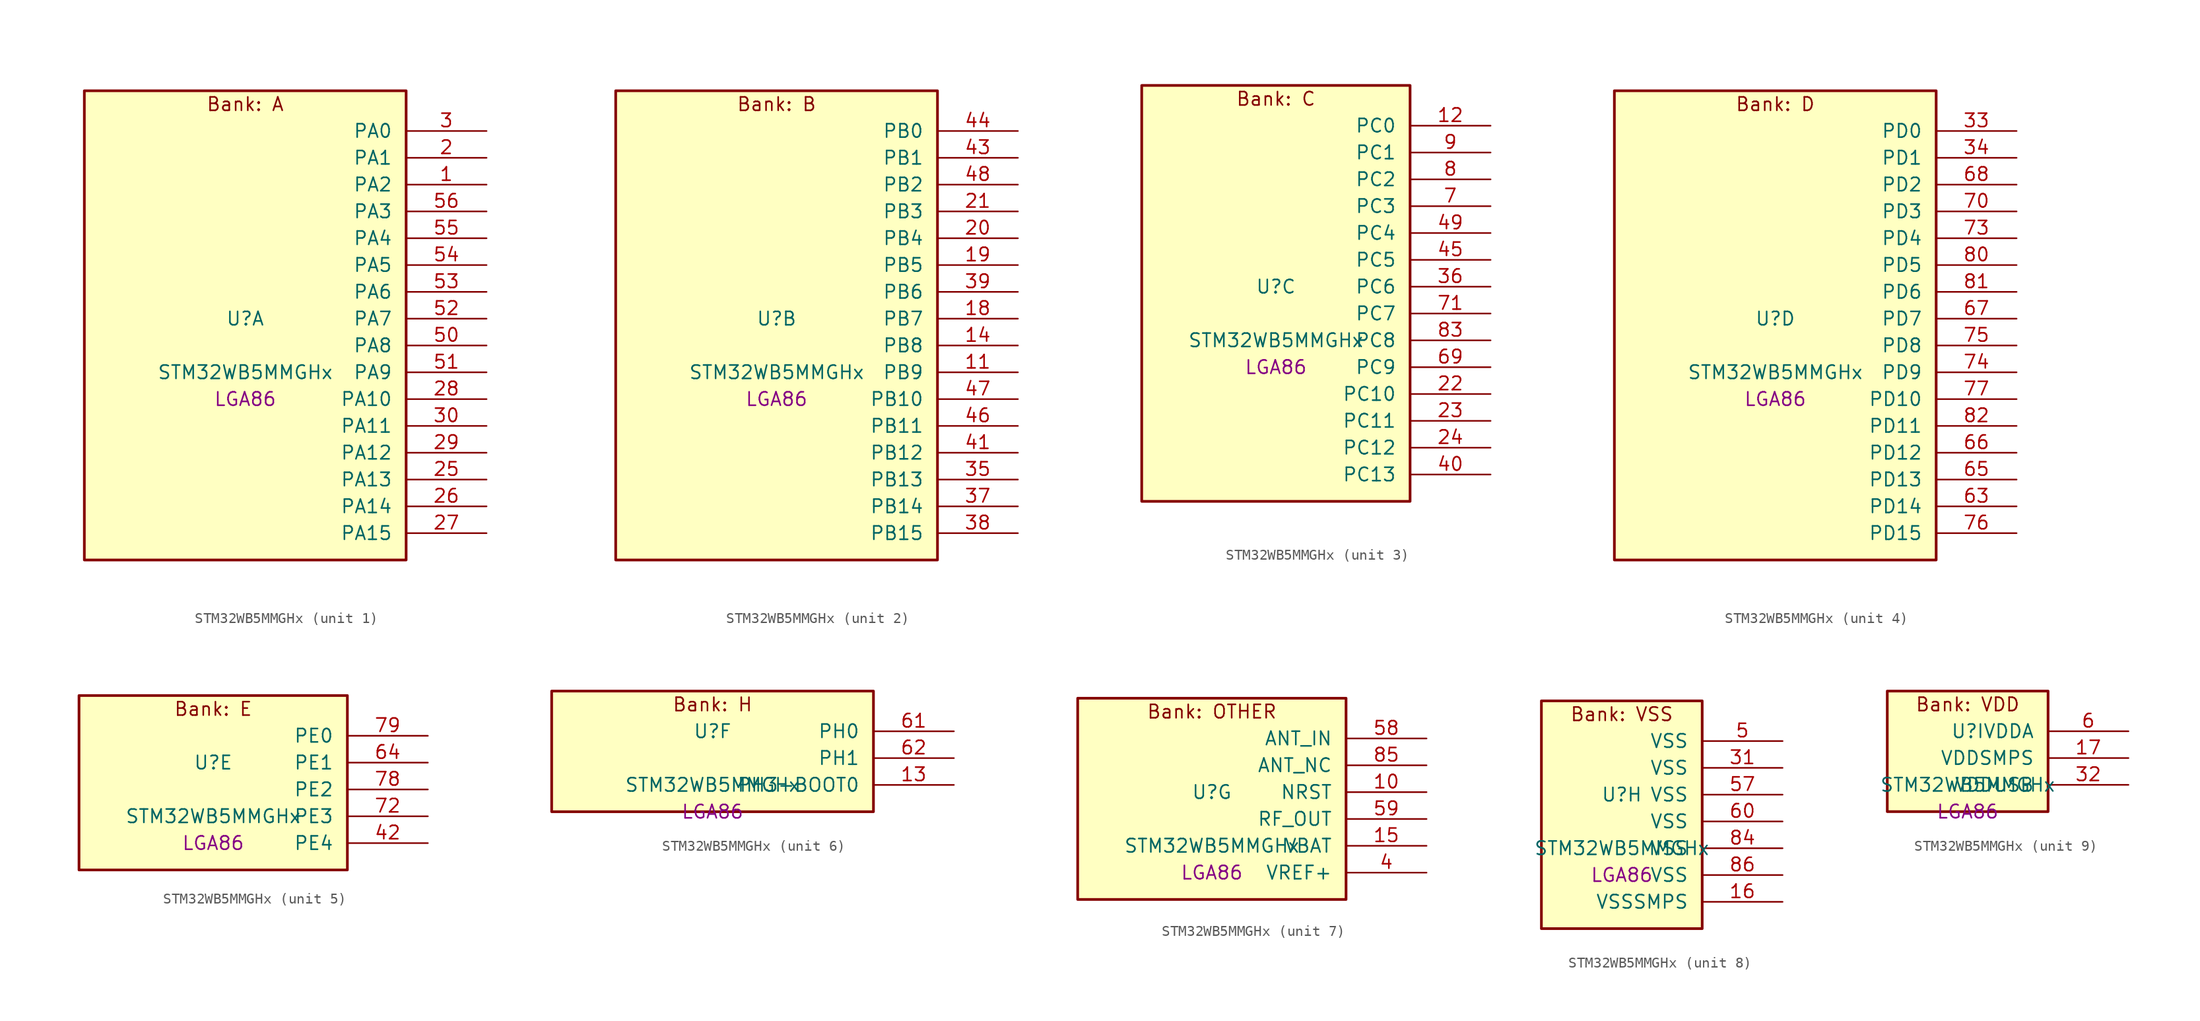
<source format=kicad_sym>
(kicad_symbol_lib
  (version 20241209)
  (generator "stm32_pkl_generator")
  (generator_version "1.0")
  (symbol "STM32WB5MMGHx"
    (pin_names
      (offset 1.27))
    (property "Reference" "U"
      (at 0 2.54 0))
    (property "Value" "STM32WB5MMGHx"
      (at 0 -2.54 0))
    (property "Footprint" "LGA86"
      (at 0 -5.08 0))
    (symbol "STM32WB5MMGHx_1_1"
      (rectangle (start -15.24 24.13) (end 15.24 -20.32) (stroke (width 0.254) (type solid)) (fill (type background)))
      (text "Bank: A" (at 0 22.86 0))
      (pin bidirectional line (at 22.86 20.32 180) (length 7.62) (name "PA0") (number "3") (alternate "PA0/ADC1_IN5" bidirectional line) (alternate "PA0/COMP1_INM" bidirectional line) (alternate "PA0/COMP1_OUT" bidirectional line) (alternate "PA0/RTC_TAMP2" bidirectional line) (alternate "PA0/SAI1_EXTCLK" bidirectional line) (alternate "PA0/SYS_WKUP1" bidirectional line) (alternate "PA0/TIM2_CH1" bidirectional line) (alternate "PA0/TIM2_ETR" bidirectional line))
      (pin bidirectional line (at 22.86 17.78 180) (length 7.62) (name "PA1") (number "2") (alternate "PA1/ADC1_IN6" bidirectional line) (alternate "PA1/COMP1_INP" bidirectional line) (alternate "PA1/I2C1_SMBA" bidirectional line) (alternate "PA1/LCD_SEG0" bidirectional line) (alternate "PA1/SPI1_SCK" bidirectional line) (alternate "PA1/TIM2_CH2" bidirectional line))
      (pin bidirectional line (at 22.86 15.24 180) (length 7.62) (name "PA2") (number "1") (alternate "PA2/ADC1_IN7" bidirectional line) (alternate "PA2/COMP2_INM" bidirectional line) (alternate "PA2/COMP2_OUT" bidirectional line) (alternate "PA2/LCD_SEG1" bidirectional line) (alternate "PA2/LPUART1_TX" bidirectional line) (alternate "PA2/QUADSPI_BK1_NCS" bidirectional line) (alternate "PA2/RCC_LSCO" bidirectional line) (alternate "PA2/SYS_WKUP4" bidirectional line) (alternate "PA2/TIM2_CH3" bidirectional line))
      (pin bidirectional line (at 22.86 12.7 180) (length 7.62) (name "PA3") (number "56") (alternate "PA3/ADC1_IN8" bidirectional line) (alternate "PA3/COMP2_INP" bidirectional line) (alternate "PA3/LCD_SEG2" bidirectional line) (alternate "PA3/LPUART1_RX" bidirectional line) (alternate "PA3/QUADSPI_CLK" bidirectional line) (alternate "PA3/SAI1_CK1" bidirectional line) (alternate "PA3/SAI1_MCLK_A" bidirectional line) (alternate "PA3/TIM2_CH4" bidirectional line))
      (pin bidirectional line (at 22.86 10.16 180) (length 7.62) (name "PA4") (number "55") (alternate "PA4/ADC1_IN9" bidirectional line) (alternate "PA4/COMP1_INM" bidirectional line) (alternate "PA4/COMP2_INM" bidirectional line) (alternate "PA4/LCD_SEG5" bidirectional line) (alternate "PA4/LPTIM2_OUT" bidirectional line) (alternate "PA4/SAI1_FS_B" bidirectional line) (alternate "PA4/SPI1_NSS" bidirectional line))
      (pin bidirectional line (at 22.86 7.62 180) (length 7.62) (name "PA5") (number "54") (alternate "PA5/ADC1_IN10" bidirectional line) (alternate "PA5/COMP1_INM" bidirectional line) (alternate "PA5/COMP2_INM" bidirectional line) (alternate "PA5/LPTIM2_ETR" bidirectional line) (alternate "PA5/SAI1_SD_B" bidirectional line) (alternate "PA5/SPI1_SCK" bidirectional line) (alternate "PA5/TIM2_CH1" bidirectional line) (alternate "PA5/TIM2_ETR" bidirectional line))
      (pin bidirectional line (at 22.86 5.08 180) (length 7.62) (name "PA6") (number "53") (alternate "PA6/ADC1_IN11" bidirectional line) (alternate "PA6/LCD_SEG3" bidirectional line) (alternate "PA6/LPUART1_CTS" bidirectional line) (alternate "PA6/QUADSPI_BK1_IO3" bidirectional line) (alternate "PA6/SPI1_MISO" bidirectional line) (alternate "PA6/TIM16_CH1" bidirectional line) (alternate "PA6/TIM1_BKIN" bidirectional line))
      (pin bidirectional line (at 22.86 2.54 180) (length 7.62) (name "PA7") (number "52") (alternate "PA7/ADC1_IN12" bidirectional line) (alternate "PA7/COMP2_OUT" bidirectional line) (alternate "PA7/I2C3_SCL" bidirectional line) (alternate "PA7/LCD_SEG4" bidirectional line) (alternate "PA7/QUADSPI_BK1_IO2" bidirectional line) (alternate "PA7/SPI1_MOSI" bidirectional line) (alternate "PA7/TIM17_CH1" bidirectional line) (alternate "PA7/TIM1_CH1N" bidirectional line))
      (pin bidirectional line (at 22.86 0 180) (length 7.62) (name "PA8") (number "50") (alternate "PA8/ADC1_IN15" bidirectional line) (alternate "PA8/LCD_COM0" bidirectional line) (alternate "PA8/LPTIM2_OUT" bidirectional line) (alternate "PA8/RCC_MCO" bidirectional line) (alternate "PA8/SAI1_CK2" bidirectional line) (alternate "PA8/SAI1_SCK_A" bidirectional line) (alternate "PA8/TIM1_CH1" bidirectional line) (alternate "PA8/USART1_CK" bidirectional line))
      (pin bidirectional line (at 22.86 -2.54 180) (length 7.62) (name "PA9") (number "51") (alternate "PA9/ADC1_IN16" bidirectional line) (alternate "PA9/COMP1_INM" bidirectional line) (alternate "PA9/I2C1_SCL" bidirectional line) (alternate "PA9/LCD_COM1" bidirectional line) (alternate "PA9/SAI1_D2" bidirectional line) (alternate "PA9/SAI1_FS_A" bidirectional line) (alternate "PA9/SPI2_SCK" bidirectional line) (alternate "PA9/TIM1_CH2" bidirectional line) (alternate "PA9/USART1_TX" bidirectional line))
      (pin bidirectional line (at 22.86 -5.08 180) (length 7.62) (name "PA10") (number "28") (alternate "PA10/CRS_SYNC" bidirectional line) (alternate "PA10/I2C1_SDA" bidirectional line) (alternate "PA10/LCD_COM2" bidirectional line) (alternate "PA10/SAI1_D1" bidirectional line) (alternate "PA10/SAI1_SD_A" bidirectional line) (alternate "PA10/TIM17_BKIN" bidirectional line) (alternate "PA10/TIM1_CH3" bidirectional line) (alternate "PA10/USART1_RX" bidirectional line))
      (pin bidirectional line (at 22.86 -7.62 180) (length 7.62) (name "PA11") (number "30") (alternate "PA11/ADC1_EXTI11" bidirectional line) (alternate "PA11/SPI1_MISO" bidirectional line) (alternate "PA11/TIM1_BKIN2" bidirectional line) (alternate "PA11/TIM1_CH4" bidirectional line) (alternate "PA11/USART1_CTS" bidirectional line) (alternate "PA11/USART1_NSS" bidirectional line) (alternate "PA11/USB_DM" bidirectional line))
      (pin bidirectional line (at 22.86 -10.16 180) (length 7.62) (name "PA12") (number "29") (alternate "PA12/LPUART1_RX" bidirectional line) (alternate "PA12/SPI1_MOSI" bidirectional line) (alternate "PA12/TIM1_ETR" bidirectional line) (alternate "PA12/USART1_DE" bidirectional line) (alternate "PA12/USART1_RTS" bidirectional line) (alternate "PA12/USB_DP" bidirectional line))
      (pin bidirectional line (at 22.86 -12.7 180) (length 7.62) (name "PA13") (number "25") (alternate "PA13/IR_OUT" bidirectional line) (alternate "PA13/SAI1_SD_B" bidirectional line) (alternate "PA13/SYS_JTMS-SWDIO" bidirectional line) (alternate "PA13/USB_NOE" bidirectional line))
      (pin bidirectional line (at 22.86 -15.24 180) (length 7.62) (name "PA14") (number "26") (alternate "PA14/I2C1_SMBA" bidirectional line) (alternate "PA14/LCD_SEG5" bidirectional line) (alternate "PA14/LPTIM1_OUT" bidirectional line) (alternate "PA14/SAI1_FS_B" bidirectional line) (alternate "PA14/SYS_JTCK-SWCLK" bidirectional line))
      (pin bidirectional line (at 22.86 -17.78 180) (length 7.62) (name "PA15") (number "27") (alternate "PA15/ADC1_EXTI15" bidirectional line) (alternate "PA15/LCD_SEG17" bidirectional line) (alternate "PA15/SPI1_NSS" bidirectional line) (alternate "PA15/SYS_JTDI" bidirectional line) (alternate "PA15/TIM2_CH1" bidirectional line) (alternate "PA15/TIM2_ETR" bidirectional line) (alternate "PA15/TSC_G3_IO1" bidirectional line)))
    (symbol "STM32WB5MMGHx_2_1"
      (rectangle (start -15.24 24.13) (end 15.24 -20.32) (stroke (width 0.254) (type solid)) (fill (type background)))
      (text "Bank: B" (at 0 22.86 0))
      (pin bidirectional line (at 22.86 20.32 180) (length 7.62) (name "PB0") (number "44") (alternate "PB0/COMP1_OUT" bidirectional line) (alternate "PB0/RF_TX_MOD_EXT_PA" bidirectional line))
      (pin bidirectional line (at 22.86 17.78 180) (length 7.62) (name "PB1") (number "43") (alternate "PB1/LPTIM2_IN1" bidirectional line) (alternate "PB1/LPUART1_DE" bidirectional line) (alternate "PB1/LPUART1_RTS" bidirectional line))
      (pin bidirectional line (at 22.86 15.24 180) (length 7.62) (name "PB2") (number "48") (alternate "PB2/COMP1_INP" bidirectional line) (alternate "PB2/I2C3_SMBA" bidirectional line) (alternate "PB2/LCD_VLCD" bidirectional line) (alternate "PB2/LPTIM1_OUT" bidirectional line) (alternate "PB2/RTC_OUT2" bidirectional line) (alternate "PB2/SAI1_EXTCLK" bidirectional line) (alternate "PB2/SPI1_NSS" bidirectional line))
      (pin bidirectional line (at 22.86 12.7 180) (length 7.62) (name "PB3") (number "21") (alternate "PB3/COMP2_INM" bidirectional line) (alternate "PB3/LCD_SEG7" bidirectional line) (alternate "PB3/SAI1_SCK_B" bidirectional line) (alternate "PB3/SPI1_SCK" bidirectional line) (alternate "PB3/SYS_JTDO-SWO" bidirectional line) (alternate "PB3/TIM2_CH2" bidirectional line) (alternate "PB3/USART1_DE" bidirectional line) (alternate "PB3/USART1_RTS" bidirectional line))
      (pin bidirectional line (at 22.86 10.16 180) (length 7.62) (name "PB4") (number "20") (alternate "PB4/COMP2_INP" bidirectional line) (alternate "PB4/I2C3_SDA" bidirectional line) (alternate "PB4/LCD_SEG8" bidirectional line) (alternate "PB4/SAI1_MCLK_B" bidirectional line) (alternate "PB4/SPI1_MISO" bidirectional line) (alternate "PB4/SYS_JTRST" bidirectional line) (alternate "PB4/TIM17_BKIN" bidirectional line) (alternate "PB4/TSC_G2_IO1" bidirectional line) (alternate "PB4/USART1_CTS" bidirectional line) (alternate "PB4/USART1_NSS" bidirectional line))
      (pin bidirectional line (at 22.86 7.62 180) (length 7.62) (name "PB5") (number "19") (alternate "PB5/COMP2_OUT" bidirectional line) (alternate "PB5/I2C1_SMBA" bidirectional line) (alternate "PB5/LCD_SEG9" bidirectional line) (alternate "PB5/LPTIM1_IN1" bidirectional line) (alternate "PB5/LPUART1_TX" bidirectional line) (alternate "PB5/SAI1_SD_B" bidirectional line) (alternate "PB5/SPI1_MOSI" bidirectional line) (alternate "PB5/TIM16_BKIN" bidirectional line) (alternate "PB5/TSC_G2_IO2" bidirectional line) (alternate "PB5/USART1_CK" bidirectional line))
      (pin bidirectional line (at 22.86 5.08 180) (length 7.62) (name "PB6") (number "39") (alternate "PB6/COMP2_INP" bidirectional line) (alternate "PB6/I2C1_SCL" bidirectional line) (alternate "PB6/LCD_SEG6" bidirectional line) (alternate "PB6/LPTIM1_ETR" bidirectional line) (alternate "PB6/RCC_MCO" bidirectional line) (alternate "PB6/SAI1_FS_B" bidirectional line) (alternate "PB6/TIM16_CH1N" bidirectional line) (alternate "PB6/TSC_G2_IO3" bidirectional line) (alternate "PB6/USART1_TX" bidirectional line))
      (pin bidirectional line (at 22.86 2.54 180) (length 7.62) (name "PB7") (number "18") (alternate "PB7/COMP2_INM" bidirectional line) (alternate "PB7/I2C1_SDA" bidirectional line) (alternate "PB7/LCD_SEG21" bidirectional line) (alternate "PB7/LPTIM1_IN2" bidirectional line) (alternate "PB7/SYS_PVD_IN" bidirectional line) (alternate "PB7/TIM17_CH1N" bidirectional line) (alternate "PB7/TIM1_BKIN" bidirectional line) (alternate "PB7/TSC_G2_IO4" bidirectional line) (alternate "PB7/USART1_RX" bidirectional line))
      (pin bidirectional line (at 22.86 0 180) (length 7.62) (name "PB8") (number "14") (alternate "PB8/I2C1_SCL" bidirectional line) (alternate "PB8/LCD_SEG16" bidirectional line) (alternate "PB8/QUADSPI_BK1_IO1" bidirectional line) (alternate "PB8/SAI1_CK1" bidirectional line) (alternate "PB8/SAI1_MCLK_A" bidirectional line) (alternate "PB8/TIM16_CH1" bidirectional line) (alternate "PB8/TIM1_CH2N" bidirectional line))
      (pin bidirectional line (at 22.86 -2.54 180) (length 7.62) (name "PB9") (number "11") (alternate "PB9/I2C1_SDA" bidirectional line) (alternate "PB9/IR_OUT" bidirectional line) (alternate "PB9/LCD_COM3" bidirectional line) (alternate "PB9/QUADSPI_BK1_IO0" bidirectional line) (alternate "PB9/SAI1_D2" bidirectional line) (alternate "PB9/SAI1_FS_A" bidirectional line) (alternate "PB9/SPI2_NSS" bidirectional line) (alternate "PB9/TIM17_CH1" bidirectional line) (alternate "PB9/TIM1_CH3N" bidirectional line) (alternate "PB9/TSC_G7_IO4" bidirectional line))
      (pin bidirectional line (at 22.86 -5.08 180) (length 7.62) (name "PB10") (number "47") (alternate "PB10/COMP1_OUT" bidirectional line) (alternate "PB10/I2C3_SCL" bidirectional line) (alternate "PB10/LCD_SEG10" bidirectional line) (alternate "PB10/LPUART1_RX" bidirectional line) (alternate "PB10/QUADSPI_CLK" bidirectional line) (alternate "PB10/SAI1_SCK_A" bidirectional line) (alternate "PB10/SPI2_SCK" bidirectional line) (alternate "PB10/TIM2_CH3" bidirectional line) (alternate "PB10/TSC_SYNC" bidirectional line))
      (pin bidirectional line (at 22.86 -7.62 180) (length 7.62) (name "PB11") (number "46") (alternate "PB11/ADC1_EXTI11" bidirectional line) (alternate "PB11/COMP2_OUT" bidirectional line) (alternate "PB11/I2C3_SDA" bidirectional line) (alternate "PB11/LCD_SEG11" bidirectional line) (alternate "PB11/LPUART1_TX" bidirectional line) (alternate "PB11/QUADSPI_BK1_NCS" bidirectional line) (alternate "PB11/TIM2_CH4" bidirectional line))
      (pin bidirectional line (at 22.86 -10.16 180) (length 7.62) (name "PB12") (number "41") (alternate "PB12/I2C3_SMBA" bidirectional line) (alternate "PB12/LCD_SEG12" bidirectional line) (alternate "PB12/LPUART1_DE" bidirectional line) (alternate "PB12/LPUART1_RTS" bidirectional line) (alternate "PB12/SAI1_FS_A" bidirectional line) (alternate "PB12/SPI2_NSS" bidirectional line) (alternate "PB12/TIM1_BKIN" bidirectional line) (alternate "PB12/TSC_G1_IO1" bidirectional line))
      (pin bidirectional line (at 22.86 -12.7 180) (length 7.62) (name "PB13") (number "35") (alternate "PB13/I2C3_SCL" bidirectional line) (alternate "PB13/LCD_SEG13" bidirectional line) (alternate "PB13/LPUART1_CTS" bidirectional line) (alternate "PB13/SAI1_SCK_A" bidirectional line) (alternate "PB13/SPI2_SCK" bidirectional line) (alternate "PB13/TIM1_CH1N" bidirectional line) (alternate "PB13/TSC_G1_IO2" bidirectional line))
      (pin bidirectional line (at 22.86 -15.24 180) (length 7.62) (name "PB14") (number "37") (alternate "PB14/I2C3_SDA" bidirectional line) (alternate "PB14/LCD_SEG14" bidirectional line) (alternate "PB14/SAI1_MCLK_A" bidirectional line) (alternate "PB14/SPI2_MISO" bidirectional line) (alternate "PB14/TIM1_CH2N" bidirectional line) (alternate "PB14/TSC_G1_IO3" bidirectional line))
      (pin bidirectional line (at 22.86 -17.78 180) (length 7.62) (name "PB15") (number "38") (alternate "PB15/ADC1_EXTI15" bidirectional line) (alternate "PB15/LCD_SEG15" bidirectional line) (alternate "PB15/RTC_REFIN" bidirectional line) (alternate "PB15/SAI1_SD_A" bidirectional line) (alternate "PB15/SPI2_MOSI" bidirectional line) (alternate "PB15/TIM1_CH3N" bidirectional line) (alternate "PB15/TSC_G1_IO4" bidirectional line)))
    (symbol "STM32WB5MMGHx_3_1"
      (rectangle (start -12.7 21.59) (end 12.7 -17.78) (stroke (width 0.254) (type solid)) (fill (type background)))
      (text "Bank: C" (at 0 20.32 0))
      (pin bidirectional line (at 20.32 17.78 180) (length 7.62) (name "PC0") (number "12") (alternate "PC0/ADC1_IN1" bidirectional line) (alternate "PC0/I2C3_SCL" bidirectional line) (alternate "PC0/LCD_SEG18" bidirectional line) (alternate "PC0/LPTIM1_IN1" bidirectional line) (alternate "PC0/LPTIM2_IN1" bidirectional line) (alternate "PC0/LPUART1_RX" bidirectional line))
      (pin bidirectional line (at 20.32 15.24 180) (length 7.62) (name "PC1") (number "9") (alternate "PC1/ADC1_IN2" bidirectional line) (alternate "PC1/I2C3_SDA" bidirectional line) (alternate "PC1/LCD_SEG19" bidirectional line) (alternate "PC1/LPTIM1_OUT" bidirectional line) (alternate "PC1/LPUART1_TX" bidirectional line) (alternate "PC1/SPI2_MOSI" bidirectional line))
      (pin bidirectional line (at 20.32 12.7 180) (length 7.62) (name "PC2") (number "8") (alternate "PC2/ADC1_IN3" bidirectional line) (alternate "PC2/LCD_SEG20" bidirectional line) (alternate "PC2/LPTIM1_IN2" bidirectional line) (alternate "PC2/SPI2_MISO" bidirectional line))
      (pin bidirectional line (at 20.32 10.16 180) (length 7.62) (name "PC3") (number "7") (alternate "PC3/ADC1_IN4" bidirectional line) (alternate "PC3/LCD_VLCD" bidirectional line) (alternate "PC3/LPTIM1_ETR" bidirectional line) (alternate "PC3/LPTIM2_ETR" bidirectional line) (alternate "PC3/SAI1_D1" bidirectional line) (alternate "PC3/SAI1_SD_A" bidirectional line) (alternate "PC3/SPI2_MOSI" bidirectional line))
      (pin bidirectional line (at 20.32 7.62 180) (length 7.62) (name "PC4") (number "49") (alternate "PC4/ADC1_IN13" bidirectional line) (alternate "PC4/COMP1_INM" bidirectional line) (alternate "PC4/LCD_SEG22" bidirectional line))
      (pin bidirectional line (at 20.32 5.08 180) (length 7.62) (name "PC5") (number "45") (alternate "PC5/ADC1_IN14" bidirectional line) (alternate "PC5/COMP1_INP" bidirectional line) (alternate "PC5/LCD_SEG23" bidirectional line) (alternate "PC5/SAI1_D3" bidirectional line) (alternate "PC5/SYS_WKUP5" bidirectional line))
      (pin bidirectional line (at 20.32 2.54 180) (length 7.62) (name "PC6") (number "36") (alternate "PC6/LCD_SEG24" bidirectional line) (alternate "PC6/TSC_G4_IO1" bidirectional line))
      (pin bidirectional line (at 20.32 0 180) (length 7.62) (name "PC7") (number "71") (alternate "PC7/LCD_SEG25" bidirectional line) (alternate "PC7/TSC_G4_IO2" bidirectional line))
      (pin bidirectional line (at 20.32 -2.54 180) (length 7.62) (name "PC8") (number "83") (alternate "PC8/LCD_SEG26" bidirectional line) (alternate "PC8/TSC_G4_IO3" bidirectional line))
      (pin bidirectional line (at 20.32 -5.08 180) (length 7.62) (name "PC9") (number "69") (alternate "PC9/LCD_SEG27" bidirectional line) (alternate "PC9/SAI1_SCK_B" bidirectional line) (alternate "PC9/TIM1_BKIN" bidirectional line) (alternate "PC9/TSC_G4_IO4" bidirectional line) (alternate "PC9/USB_NOE" bidirectional line))
      (pin bidirectional line (at 20.32 -7.62 180) (length 7.62) (name "PC10") (number "22") (alternate "PC10/LCD_COM4" bidirectional line) (alternate "PC10/LCD_SEG28" bidirectional line) (alternate "PC10/LCD_SEG40" bidirectional line) (alternate "PC10/SYS_TRACED1" bidirectional line) (alternate "PC10/TSC_G3_IO2" bidirectional line))
      (pin bidirectional line (at 20.32 -10.16 180) (length 7.62) (name "PC11") (number "23") (alternate "PC11/ADC1_EXTI11" bidirectional line) (alternate "PC11/LCD_COM5" bidirectional line) (alternate "PC11/LCD_SEG29" bidirectional line) (alternate "PC11/LCD_SEG41" bidirectional line) (alternate "PC11/TSC_G3_IO3" bidirectional line))
      (pin bidirectional line (at 20.32 -12.7 180) (length 7.62) (name "PC12") (number "24") (alternate "PC12/LCD_COM6" bidirectional line) (alternate "PC12/LCD_SEG30" bidirectional line) (alternate "PC12/LCD_SEG42" bidirectional line) (alternate "PC12/RTC_TAMP3" bidirectional line) (alternate "PC12/SYS_TRACED3" bidirectional line) (alternate "PC12/SYS_WKUP3" bidirectional line) (alternate "PC12/TSC_G3_IO4" bidirectional line))
      (pin bidirectional line (at 20.32 -15.24 180) (length 7.62) (name "PC13") (number "40") (alternate "PC13/RTC_OUT1" bidirectional line) (alternate "PC13/RTC_TAMP1" bidirectional line) (alternate "PC13/RTC_TS" bidirectional line) (alternate "PC13/SYS_WKUP2" bidirectional line)))
    (symbol "STM32WB5MMGHx_4_1"
      (rectangle (start -15.24 24.13) (end 15.24 -20.32) (stroke (width 0.254) (type solid)) (fill (type background)))
      (text "Bank: D" (at 0 22.86 0))
      (pin bidirectional line (at 22.86 20.32 180) (length 7.62) (name "PD0") (number "33") (alternate "PD0/SPI2_NSS" bidirectional line))
      (pin bidirectional line (at 22.86 17.78 180) (length 7.62) (name "PD1") (number "34") (alternate "PD1/SPI2_SCK" bidirectional line))
      (pin bidirectional line (at 22.86 15.24 180) (length 7.62) (name "PD2") (number "68") (alternate "PD2/LCD_COM7" bidirectional line) (alternate "PD2/LCD_SEG31" bidirectional line) (alternate "PD2/LCD_SEG43" bidirectional line) (alternate "PD2/SYS_TRACED2" bidirectional line) (alternate "PD2/TSC_SYNC" bidirectional line))
      (pin bidirectional line (at 22.86 12.7 180) (length 7.62) (name "PD3") (number "70") (alternate "PD3/QUADSPI_BK1_NCS" bidirectional line) (alternate "PD3/SPI2_MISO" bidirectional line) (alternate "PD3/SPI2_SCK" bidirectional line))
      (pin bidirectional line (at 22.86 10.16 180) (length 7.62) (name "PD4") (number "73") (alternate "PD4/QUADSPI_BK1_IO0" bidirectional line) (alternate "PD4/SPI2_MOSI" bidirectional line) (alternate "PD4/TSC_G5_IO1" bidirectional line))
      (pin bidirectional line (at 22.86 7.62 180) (length 7.62) (name "PD5") (number "80") (alternate "PD5/QUADSPI_BK1_IO1" bidirectional line) (alternate "PD5/SAI1_MCLK_B" bidirectional line) (alternate "PD5/TSC_G5_IO2" bidirectional line))
      (pin bidirectional line (at 22.86 5.08 180) (length 7.62) (name "PD6") (number "81") (alternate "PD6/QUADSPI_BK1_IO2" bidirectional line) (alternate "PD6/SAI1_D1" bidirectional line) (alternate "PD6/SAI1_SD_A" bidirectional line) (alternate "PD6/TSC_G5_IO3" bidirectional line))
      (pin bidirectional line (at 22.86 2.54 180) (length 7.62) (name "PD7") (number "67") (alternate "PD7/LCD_SEG39" bidirectional line) (alternate "PD7/QUADSPI_BK1_IO3" bidirectional line) (alternate "PD7/TSC_G5_IO4" bidirectional line))
      (pin bidirectional line (at 22.86 0 180) (length 7.62) (name "PD8") (number "75") (alternate "PD8/LCD_SEG28" bidirectional line) (alternate "PD8/TIM1_BKIN2" bidirectional line))
      (pin bidirectional line (at 22.86 -2.54 180) (length 7.62) (name "PD9") (number "74") (alternate "PD9/LCD_SEG29" bidirectional line) (alternate "PD9/SYS_TRACED0" bidirectional line))
      (pin bidirectional line (at 22.86 -5.08 180) (length 7.62) (name "PD10") (number "77") (alternate "PD10/LCD_SEG30" bidirectional line) (alternate "PD10/SYS_TRIG_INOUT" bidirectional line) (alternate "PD10/TSC_G6_IO1" bidirectional line))
      (pin bidirectional line (at 22.86 -7.62 180) (length 7.62) (name "PD11") (number "82") (alternate "PD11/ADC1_EXTI11" bidirectional line) (alternate "PD11/LCD_SEG31" bidirectional line) (alternate "PD11/LPTIM2_ETR" bidirectional line) (alternate "PD11/TSC_G6_IO2" bidirectional line))
      (pin bidirectional line (at 22.86 -10.16 180) (length 7.62) (name "PD12") (number "66") (alternate "PD12/LCD_SEG32" bidirectional line) (alternate "PD12/LPTIM2_IN1" bidirectional line) (alternate "PD12/TSC_G6_IO3" bidirectional line))
      (pin bidirectional line (at 22.86 -12.7 180) (length 7.62) (name "PD13") (number "65") (alternate "PD13/LCD_SEG33" bidirectional line) (alternate "PD13/LPTIM2_OUT" bidirectional line) (alternate "PD13/TSC_G6_IO4" bidirectional line))
      (pin bidirectional line (at 22.86 -15.24 180) (length 7.62) (name "PD14") (number "63") (alternate "PD14/LCD_SEG34" bidirectional line) (alternate "PD14/TIM1_CH1" bidirectional line))
      (pin bidirectional line (at 22.86 -17.78 180) (length 7.62) (name "PD15") (number "76") (alternate "PD15/ADC1_EXTI15" bidirectional line) (alternate "PD15/LCD_SEG35" bidirectional line) (alternate "PD15/TIM1_CH2" bidirectional line)))
    (symbol "STM32WB5MMGHx_5_1"
      (rectangle (start -12.7 8.89) (end 12.7 -7.62) (stroke (width 0.254) (type solid)) (fill (type background)))
      (text "Bank: E" (at 0 7.62 0))
      (pin bidirectional line (at 20.32 5.08 180) (length 7.62) (name "PE0") (number "79") (alternate "PE0/LCD_SEG36" bidirectional line) (alternate "PE0/TIM16_CH1" bidirectional line) (alternate "PE0/TIM1_ETR" bidirectional line) (alternate "PE0/TSC_G7_IO3" bidirectional line))
      (pin bidirectional line (at 20.32 2.54 180) (length 7.62) (name "PE1") (number "64") (alternate "PE1/LCD_SEG37" bidirectional line) (alternate "PE1/TIM17_CH1" bidirectional line) (alternate "PE1/TSC_G7_IO2" bidirectional line))
      (pin bidirectional line (at 20.32 0 180) (length 7.62) (name "PE2") (number "78") (alternate "PE2/LCD_SEG38" bidirectional line) (alternate "PE2/SAI1_CK1" bidirectional line) (alternate "PE2/SAI1_MCLK_A" bidirectional line) (alternate "PE2/SYS_TRACECLK" bidirectional line) (alternate "PE2/TSC_G7_IO1" bidirectional line))
      (pin bidirectional line (at 20.32 -2.54 180) (length 7.62) (name "PE3") (number "72"))
      (pin bidirectional line (at 20.32 -5.08 180) (length 7.62) (name "PE4") (number "42")))
    (symbol "STM32WB5MMGHx_6_1"
      (rectangle (start -15.24 6.35) (end 15.24 -5.08) (stroke (width 0.254) (type solid)) (fill (type background)))
      (text "Bank: H" (at 0 5.08 0))
      (pin bidirectional line (at 22.86 2.54 180) (length 7.62) (name "PH0") (number "61"))
      (pin bidirectional line (at 22.86 0 180) (length 7.62) (name "PH1") (number "62"))
      (pin bidirectional line (at 22.86 -2.54 180) (length 7.62) (name "PH3-BOOT0") (number "13") (alternate "PH3-BOOT0/RCC_LSCO" bidirectional line)))
    (symbol "STM32WB5MMGHx_7_1"
      (rectangle (start -12.7 11.43) (end 12.7 -7.62) (stroke (width 0.254) (type solid)) (fill (type background)))
      (text "Bank: OTHER" (at 0 10.16 0))
      (pin bidirectional line (at 20.32 7.62 180) (length 7.62) (name "ANT_IN") (number "58"))
      (pin bidirectional line (at 20.32 5.08 180) (length 7.62) (name "ANT_NC") (number "85"))
      (pin input line (at 20.32 2.54 180) (length 7.62) (name "NRST") (number "10"))
      (pin bidirectional line (at 20.32 0 180) (length 7.62) (name "RF_OUT") (number "59"))
      (pin power_in line (at 20.32 -2.54 180) (length 7.62) (name "VBAT") (number "15"))
      (pin bidirectional line (at 20.32 -5.08 180) (length 7.62) (name "VREF+") (number "4") (alternate "VREF+/VREFBUF_OUT" bidirectional line)))
    (symbol "STM32WB5MMGHx_8_1"
      (rectangle (start -7.62 11.43) (end 7.62 -10.16) (stroke (width 0.254) (type solid)) (fill (type background)))
      (text "Bank: VSS" (at 0 10.16 0))
      (pin power_in line (at 15.24 7.62 180) (length 7.62) (name "VSS") (number "5"))
      (pin power_in line (at 15.24 5.08 180) (length 7.62) (name "VSS") (number "31"))
      (pin power_in line (at 15.24 2.54 180) (length 7.62) (name "VSS") (number "57"))
      (pin power_in line (at 15.24 0 180) (length 7.62) (name "VSS") (number "60"))
      (pin power_in line (at 15.24 -2.54 180) (length 7.62) (name "VSS") (number "84"))
      (pin power_in line (at 15.24 -5.08 180) (length 7.62) (name "VSS") (number "86"))
      (pin power_in line (at 15.24 -7.62 180) (length 7.62) (name "VSSSMPS") (number "16")))
    (symbol "STM32WB5MMGHx_9_1"
      (rectangle (start -7.62 6.35) (end 7.62 -5.08) (stroke (width 0.254) (type solid)) (fill (type background)))
      (text "Bank: VDD" (at 0 5.08 0))
      (pin power_in line (at 15.24 2.54 180) (length 7.62) (name "VDDA") (number "6"))
      (pin power_in line (at 15.24 0 180) (length 7.62) (name "VDDSMPS") (number "17"))
      (pin power_in line (at 15.24 -2.54 180) (length 7.62) (name "VDDUSB") (number "32")))))
</source>
